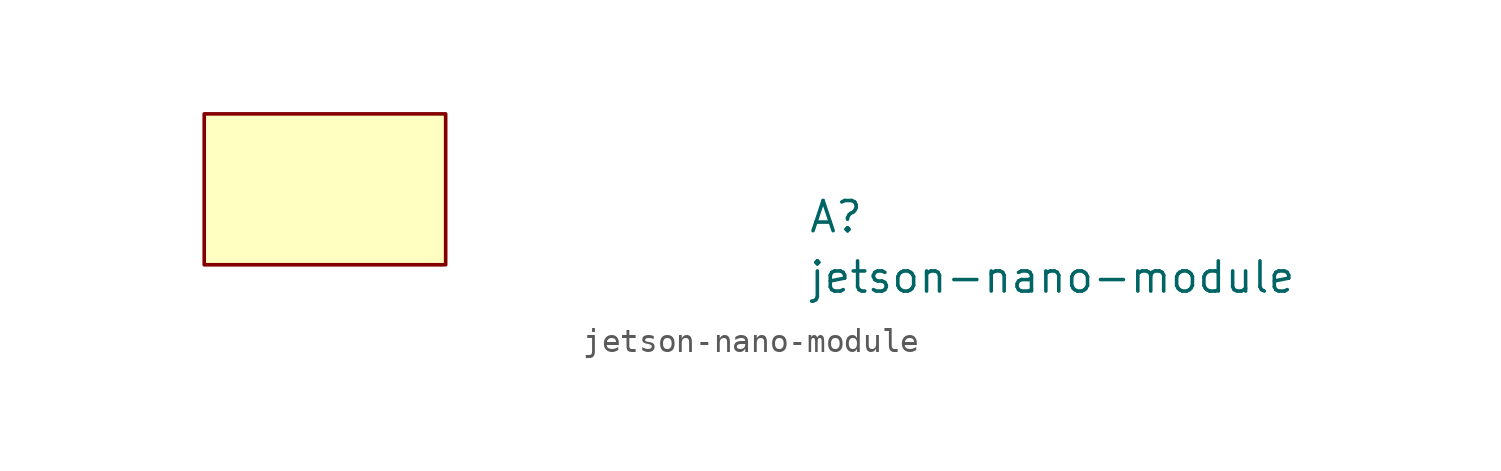
<source format=kicad_sym>
(kicad_symbol_lib
  (version 20211014)
  (generator kicad_symbol_editor)
  (symbol "jetson-nano-module"
    (pin_names
      (offset 1.016))
    (property "Reference" "A"
      (at 25.4 -5.08 0)
      (effects (font (size 1.27 1.27) (thickness 0.15)) (justify left bottom)))
    (property "Value" "jetson-nano-module"
      (at 25.4 -7.62 0)
      (effects (font (size 1.27 1.27) (thickness 0.15)) (justify left bottom)))
    (symbol "jetson-nano-module_0_1"
      (rectangle (start 10.16 -6.35) (end 0 0) (stroke (width 0) (type default) (color 0 0 0 0)) (fill (type background))))))
</source>
